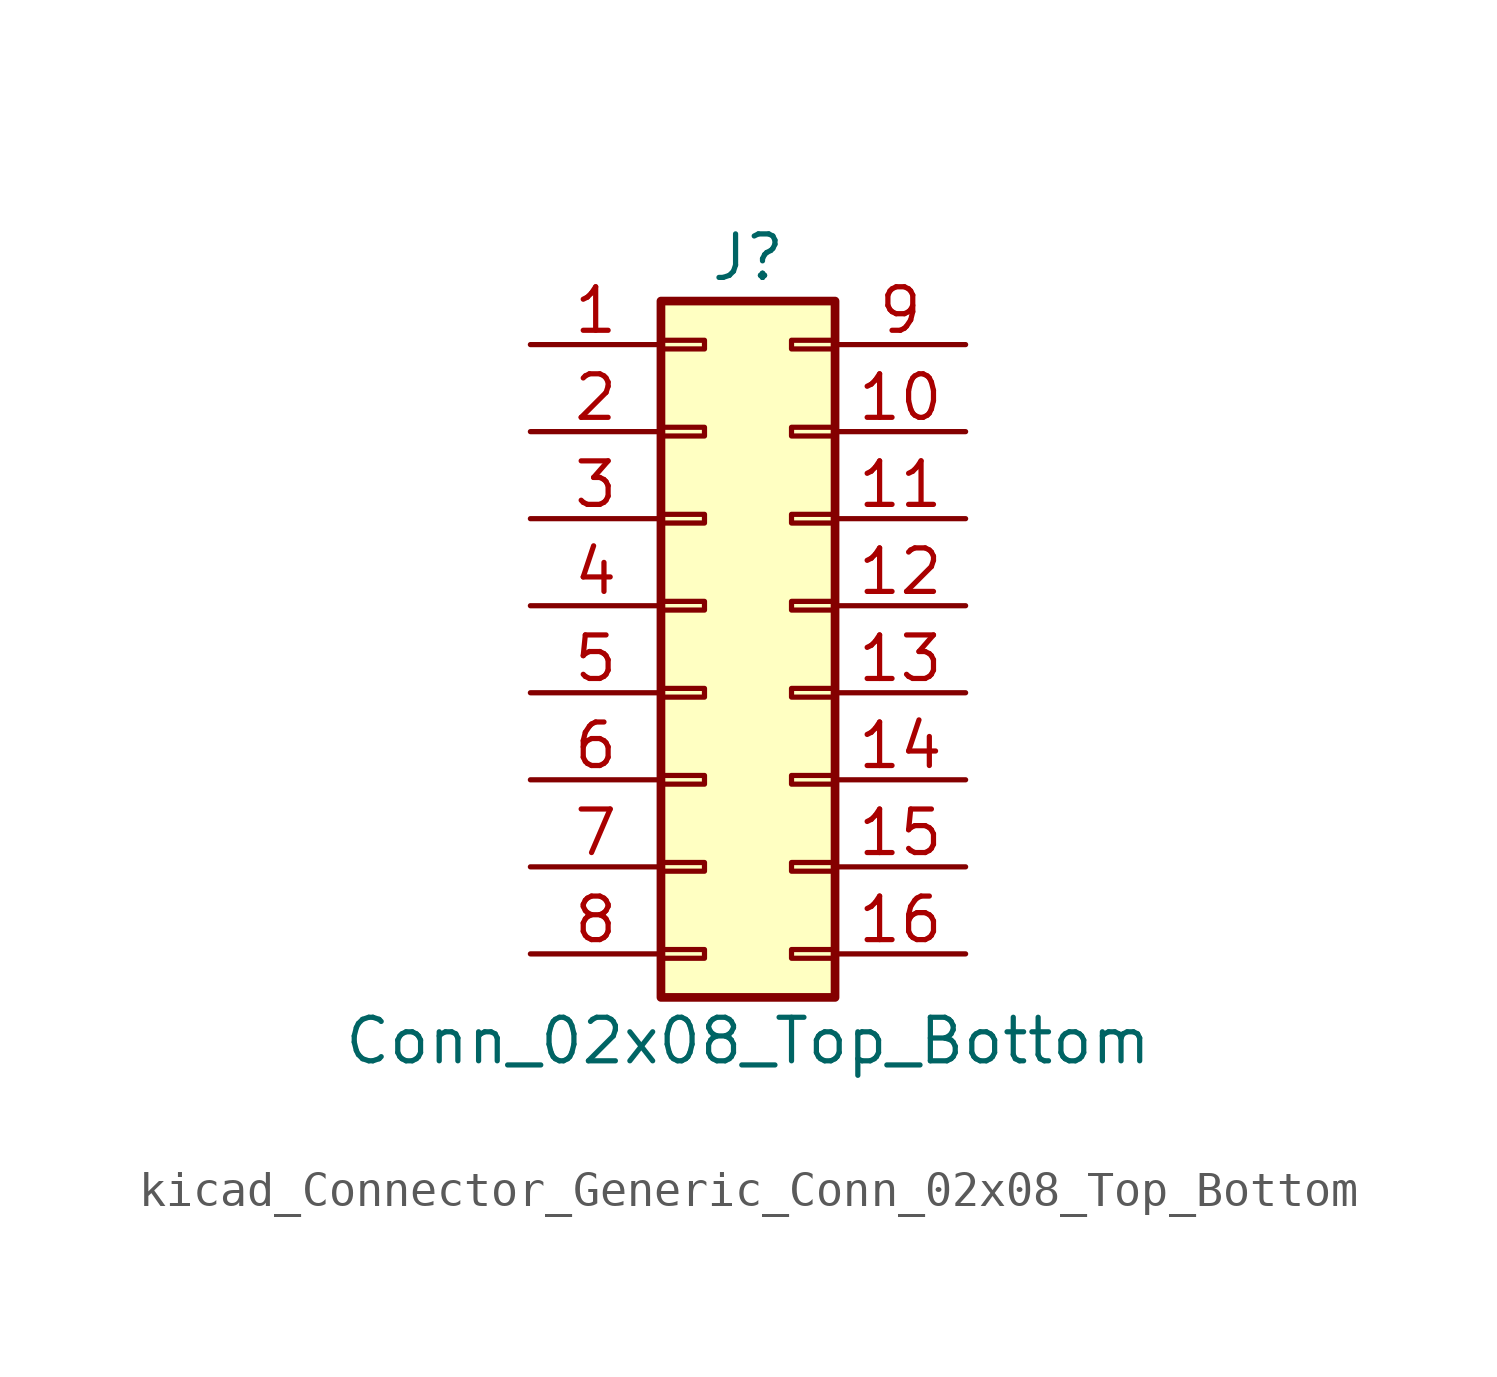
<source format=kicad_sym>
(kicad_symbol_lib
  (version 20220914)
  (generator kicad_symbol_editor)
  (symbol "kicad_Connector_Generic_Conn_02x08_Top_Bottom"
    (pin_names
      (offset 1.016) hide)
    (property "Reference" "J"
      (at 1.27 10.16 0)
      (effects (font (size 1.27 1.27))))
    (property "Value" "Conn_02x08_Top_Bottom"
      (at 1.27 -12.7 0)
      (effects (font (size 1.27 1.27))))
    (symbol "kicad_Connector_Generic_Conn_02x08_Top_Bottom_1_1"
      (rectangle (start -1.27 -10.033) (end 0 -10.287) (stroke (width 0.152) (type default)) (fill (type none)))
      (rectangle (start -1.27 -7.493) (end 0 -7.747) (stroke (width 0.152) (type default)) (fill (type none)))
      (rectangle (start -1.27 -4.953) (end 0 -5.207) (stroke (width 0.152) (type default)) (fill (type none)))
      (rectangle (start -1.27 -2.413) (end 0 -2.667) (stroke (width 0.152) (type default)) (fill (type none)))
      (rectangle (start -1.27 0.127) (end 0 -0.127) (stroke (width 0.152) (type default)) (fill (type none)))
      (rectangle (start -1.27 2.667) (end 0 2.413) (stroke (width 0.152) (type default)) (fill (type none)))
      (rectangle (start -1.27 5.207) (end 0 4.953) (stroke (width 0.152) (type default)) (fill (type none)))
      (rectangle (start -1.27 7.747) (end 0 7.493) (stroke (width 0.152) (type default)) (fill (type none)))
      (rectangle (start -1.27 8.89) (end 3.81 -11.43) (stroke (width 0.254) (type default)) (fill (type background)))
      (rectangle (start 3.81 -10.033) (end 2.54 -10.287) (stroke (width 0.152) (type default)) (fill (type none)))
      (rectangle (start 3.81 -7.493) (end 2.54 -7.747) (stroke (width 0.152) (type default)) (fill (type none)))
      (rectangle (start 3.81 -4.953) (end 2.54 -5.207) (stroke (width 0.152) (type default)) (fill (type none)))
      (rectangle (start 3.81 -2.413) (end 2.54 -2.667) (stroke (width 0.152) (type default)) (fill (type none)))
      (rectangle (start 3.81 0.127) (end 2.54 -0.127) (stroke (width 0.152) (type default)) (fill (type none)))
      (rectangle (start 3.81 2.667) (end 2.54 2.413) (stroke (width 0.152) (type default)) (fill (type none)))
      (rectangle (start 3.81 5.207) (end 2.54 4.953) (stroke (width 0.152) (type default)) (fill (type none)))
      (rectangle (start 3.81 7.747) (end 2.54 7.493) (stroke (width 0.152) (type default)) (fill (type none)))
      (pin passive line (at -5.08 7.62 0) (length 3.81) (name "Pin_1" (effects (font (size 1.27 1.27)))) (number "1" (effects (font (size 1.27 1.27)))))
      (pin passive line (at 7.62 5.08 180) (length 3.81) (name "Pin_10" (effects (font (size 1.27 1.27)))) (number "10" (effects (font (size 1.27 1.27)))))
      (pin passive line (at 7.62 2.54 180) (length 3.81) (name "Pin_11" (effects (font (size 1.27 1.27)))) (number "11" (effects (font (size 1.27 1.27)))))
      (pin passive line (at 7.62 0 180) (length 3.81) (name "Pin_12" (effects (font (size 1.27 1.27)))) (number "12" (effects (font (size 1.27 1.27)))))
      (pin passive line (at 7.62 -2.54 180) (length 3.81) (name "Pin_13" (effects (font (size 1.27 1.27)))) (number "13" (effects (font (size 1.27 1.27)))))
      (pin passive line (at 7.62 -5.08 180) (length 3.81) (name "Pin_14" (effects (font (size 1.27 1.27)))) (number "14" (effects (font (size 1.27 1.27)))))
      (pin passive line (at 7.62 -7.62 180) (length 3.81) (name "Pin_15" (effects (font (size 1.27 1.27)))) (number "15" (effects (font (size 1.27 1.27)))))
      (pin passive line (at 7.62 -10.16 180) (length 3.81) (name "Pin_16" (effects (font (size 1.27 1.27)))) (number "16" (effects (font (size 1.27 1.27)))))
      (pin passive line (at -5.08 5.08 0) (length 3.81) (name "Pin_2" (effects (font (size 1.27 1.27)))) (number "2" (effects (font (size 1.27 1.27)))))
      (pin passive line (at -5.08 2.54 0) (length 3.81) (name "Pin_3" (effects (font (size 1.27 1.27)))) (number "3" (effects (font (size 1.27 1.27)))))
      (pin passive line (at -5.08 0 0) (length 3.81) (name "Pin_4" (effects (font (size 1.27 1.27)))) (number "4" (effects (font (size 1.27 1.27)))))
      (pin passive line (at -5.08 -2.54 0) (length 3.81) (name "Pin_5" (effects (font (size 1.27 1.27)))) (number "5" (effects (font (size 1.27 1.27)))))
      (pin passive line (at -5.08 -5.08 0) (length 3.81) (name "Pin_6" (effects (font (size 1.27 1.27)))) (number "6" (effects (font (size 1.27 1.27)))))
      (pin passive line (at -5.08 -7.62 0) (length 3.81) (name "Pin_7" (effects (font (size 1.27 1.27)))) (number "7" (effects (font (size 1.27 1.27)))))
      (pin passive line (at -5.08 -10.16 0) (length 3.81) (name "Pin_8" (effects (font (size 1.27 1.27)))) (number "8" (effects (font (size 1.27 1.27)))))
      (pin passive line (at 7.62 7.62 180) (length 3.81) (name "Pin_9" (effects (font (size 1.27 1.27)))) (number "9" (effects (font (size 1.27 1.27))))))))
</source>
